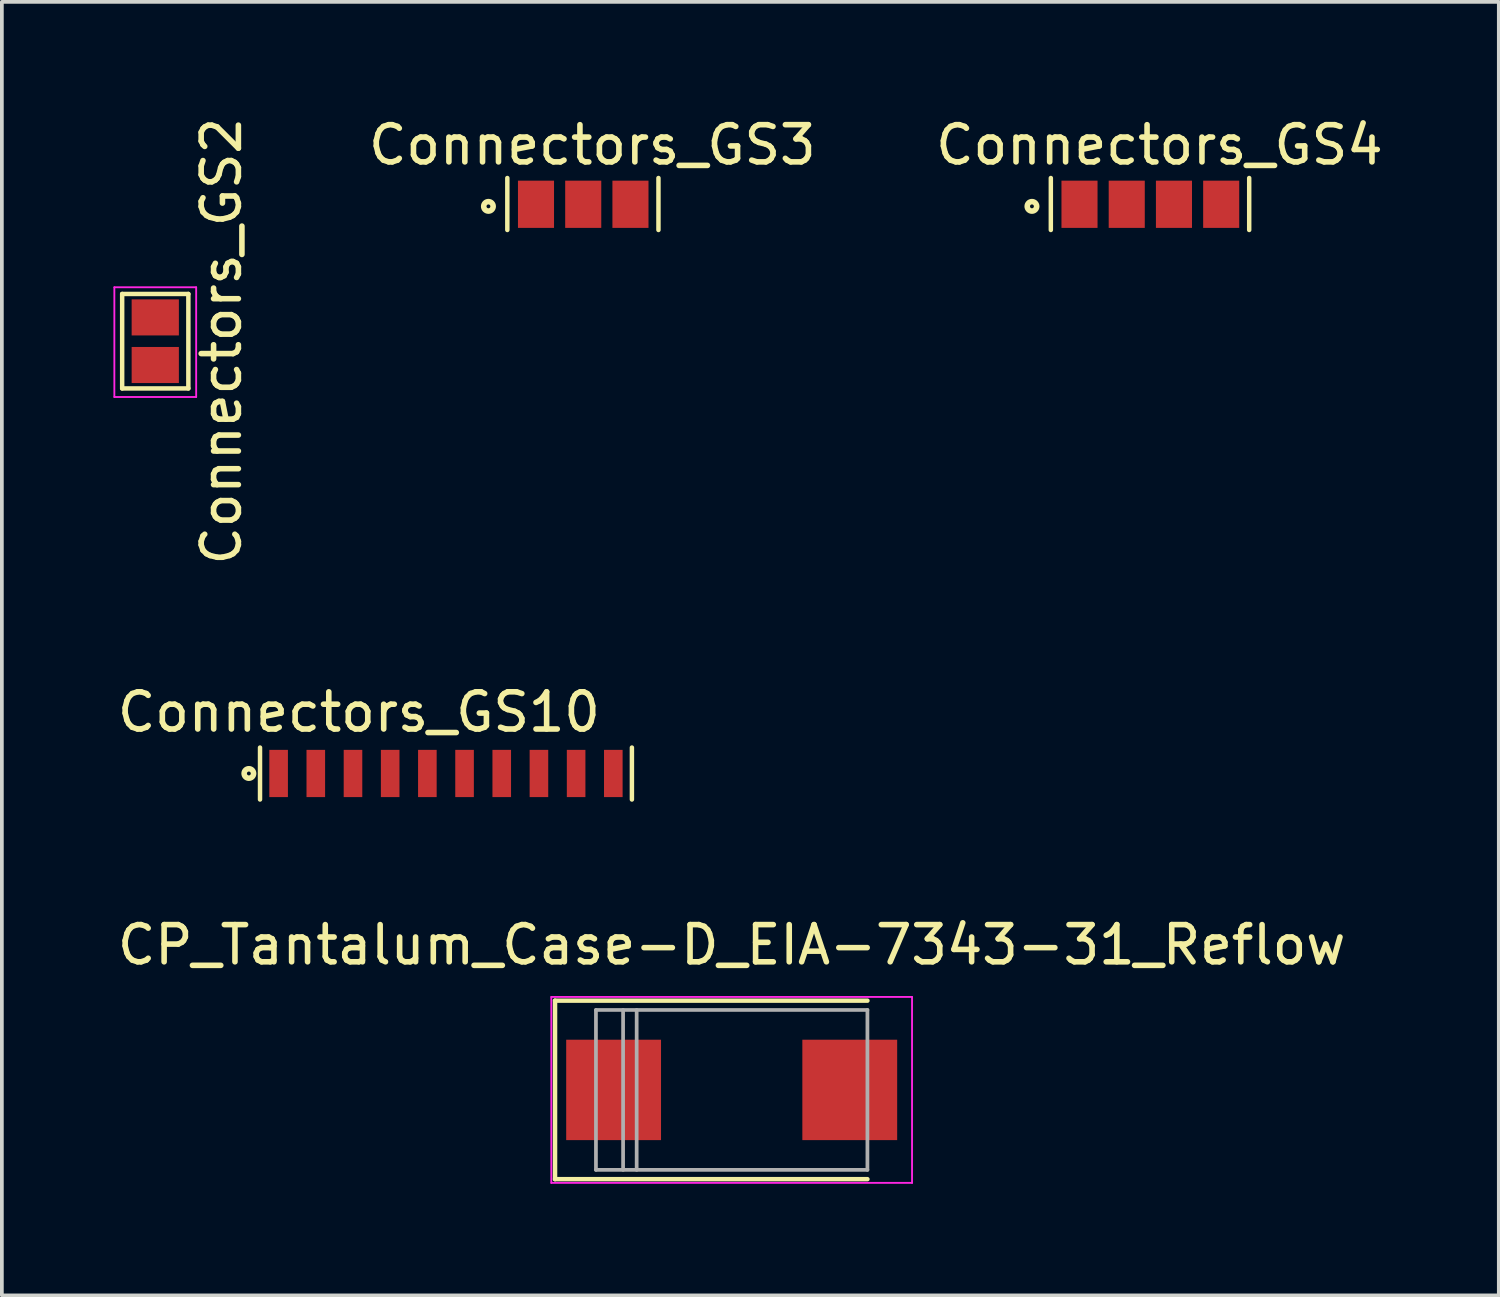
<source format=kicad_pcb>
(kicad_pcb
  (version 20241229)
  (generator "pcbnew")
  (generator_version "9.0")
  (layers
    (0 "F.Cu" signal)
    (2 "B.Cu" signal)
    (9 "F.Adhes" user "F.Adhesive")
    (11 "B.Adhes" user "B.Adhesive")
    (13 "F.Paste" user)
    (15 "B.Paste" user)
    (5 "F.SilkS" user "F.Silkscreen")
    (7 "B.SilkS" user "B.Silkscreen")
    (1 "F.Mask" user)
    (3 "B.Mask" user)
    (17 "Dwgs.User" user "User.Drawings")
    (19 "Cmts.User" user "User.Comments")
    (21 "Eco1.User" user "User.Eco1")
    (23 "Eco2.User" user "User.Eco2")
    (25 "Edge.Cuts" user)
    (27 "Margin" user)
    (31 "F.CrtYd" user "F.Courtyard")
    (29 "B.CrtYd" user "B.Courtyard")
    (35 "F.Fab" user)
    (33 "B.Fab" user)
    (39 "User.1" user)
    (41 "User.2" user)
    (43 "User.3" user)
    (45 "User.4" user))
  (footprint "Connectors_GS10"
    (layer "F.Cu")
    (at 4.442 17.749)
    (property "Reference" "Connectors_GS10" (at 2.159 -1.651 180) (layer "F.SilkS") (effects (font (size 1 1) (thickness 0.15))))
    (attr smd)
    (fp_line (start -0.5 0.7) (end -0.5 -0.697) (stroke (width 0.12) (type solid)) (layer "F.SilkS"))
    (fp_line (start 9.5 0.7) (end 9.5 -0.697) (stroke (width 0.12) (type solid)) (layer "F.SilkS"))
    (fp_circle (center -0.8 0) (end -0.673 0) (stroke (width 0.15) (type solid)) (fill no) (layer "F.SilkS"))
    (pad "1" smd rect (at 0 0 90) (size 1.27 0.5) (layers "F.Cu" "F.Mask" "F.Paste"))
    (pad "2" smd rect (at 1 0 90) (size 1.27 0.5) (layers "F.Cu" "F.Mask" "F.Paste"))
    (pad "3" smd rect (at 2 0 90) (size 1.27 0.5) (layers "F.Cu" "F.Mask" "F.Paste"))
    (pad "4" smd rect (at 3 0 90) (size 1.27 0.5) (layers "F.Cu" "F.Mask" "F.Paste"))
    (pad "5" smd rect (at 4 0 90) (size 1.27 0.5) (layers "F.Cu" "F.Mask" "F.Paste"))
    (pad "6" smd rect (at 5 0 90) (size 1.27 0.5) (layers "F.Cu" "F.Mask" "F.Paste"))
    (pad "7" smd rect (at 6 0 90) (size 1.27 0.5) (layers "F.Cu" "F.Mask" "F.Paste"))
    (pad "8" smd rect (at 7 0 90) (size 1.27 0.5) (layers "F.Cu" "F.Mask" "F.Paste"))
    (pad "9" smd rect (at 8 0 90) (size 1.27 0.5) (layers "F.Cu" "F.Mask" "F.Paste"))
    (pad "10" smd rect (at 9 0 90) (size 1.27 0.5) (layers "F.Cu" "F.Mask" "F.Paste")))
  (footprint "CP_Tantalum_Case-D_EIA-7343-31_Reflow"
    (layer "F.Cu")
    (at 16.625 26.258)
    (property "Reference" "CP_Tantalum_Case-D_EIA-7343-31_Reflow" (at 0 -3.9 0) (layer "F.SilkS") (effects (font (size 1 1) (thickness 0.15))))
    (attr smd)
    (fp_line (start -4.75 -2.4) (end -4.75 2.4) (stroke (width 0.12) (type solid)) (layer "F.SilkS"))
    (fp_line (start -4.75 -2.4) (end 3.65 -2.4) (stroke (width 0.12) (type solid)) (layer "F.SilkS"))
    (fp_line (start -4.75 2.4) (end 3.65 2.4) (stroke (width 0.12) (type solid)) (layer "F.SilkS"))
    (fp_line (start -4.85 -2.5) (end -4.85 2.5) (stroke (width 0.05) (type solid)) (layer "F.CrtYd"))
    (fp_line (start -4.85 2.5) (end 4.85 2.5) (stroke (width 0.05) (type solid)) (layer "F.CrtYd"))
    (fp_line (start 4.85 -2.5) (end -4.85 -2.5) (stroke (width 0.05) (type solid)) (layer "F.CrtYd"))
    (fp_line (start 4.85 2.5) (end 4.85 -2.5) (stroke (width 0.05) (type solid)) (layer "F.CrtYd"))
    (fp_line (start -3.65 -2.15) (end -3.65 2.15) (stroke (width 0.1) (type solid)) (layer "F.Fab"))
    (fp_line (start -3.65 2.15) (end 3.65 2.15) (stroke (width 0.1) (type solid)) (layer "F.Fab"))
    (fp_line (start -2.92 -2.15) (end -2.92 2.15) (stroke (width 0.1) (type solid)) (layer "F.Fab"))
    (fp_line (start -2.555 -2.15) (end -2.555 2.15) (stroke (width 0.1) (type solid)) (layer "F.Fab"))
    (fp_line (start 3.65 -2.15) (end -3.65 -2.15) (stroke (width 0.1) (type solid)) (layer "F.Fab"))
    (fp_line (start 3.65 2.15) (end 3.65 -2.15) (stroke (width 0.1) (type solid)) (layer "F.Fab"))
    (pad "1" smd rect (at -3.175 0) (size 2.55 2.7) (layers "F.Cu" "F.Mask" "F.Paste"))
    (pad "2" smd rect (at 3.175 0) (size 2.55 2.7) (layers "F.Cu" "F.Mask" "F.Paste")))
  (footprint "Connectors_GS2"
    (layer "F.Cu")
    (at 1.125 6.125)
    (property "Reference" "Connectors_GS2" (at 1.78 0 90) (layer "F.SilkS") (effects (font (size 1 1) (thickness 0.15))))
    (attr smd)
    (fp_line (start -0.89 -1.27) (end -0.89 1.27) (stroke (width 0.12) (type solid)) (layer "F.SilkS"))
    (fp_line (start -0.89 -1.27) (end 0.89 -1.27) (stroke (width 0.12) (type solid)) (layer "F.SilkS"))
    (fp_line (start 0.89 1.27) (end -0.89 1.27) (stroke (width 0.12) (type solid)) (layer "F.SilkS"))
    (fp_line (start 0.89 1.27) (end 0.89 -1.27) (stroke (width 0.12) (type solid)) (layer "F.SilkS"))
    (fp_line (start -1.1 -1.45) (end 1.1 -1.45) (stroke (width 0.05) (type solid)) (layer "F.CrtYd"))
    (fp_line (start -1.1 1.5) (end -1.1 -1.45) (stroke (width 0.05) (type solid)) (layer "F.CrtYd"))
    (fp_line (start 1.1 -1.45) (end 1.1 1.5) (stroke (width 0.05) (type solid)) (layer "F.CrtYd"))
    (fp_line (start 1.1 1.5) (end -1.1 1.5) (stroke (width 0.05) (type solid)) (layer "F.CrtYd"))
    (pad "1" smd rect (at 0 -0.64) (size 1.27 0.97) (layers "F.Cu" "F.Mask" "F.Paste"))
    (pad "2" smd rect (at 0 0.64) (size 1.27 0.97) (layers "F.Cu" "F.Mask" "F.Paste")))
  (footprint "Connectors_GS3"
    (layer "F.Cu")
    (at 11.354 2.499)
    (property "Reference" "Connectors_GS3" (at 1.524 -1.651 180) (layer "F.SilkS") (effects (font (size 1 1) (thickness 0.15))))
    (attr smd)
    (fp_line (start -0.762 0.635) (end -0.762 -0.762) (stroke (width 0.12) (type solid)) (layer "F.SilkS"))
    (fp_line (start 3.302 0.635) (end 3.302 -0.762) (stroke (width 0.12) (type solid)) (layer "F.SilkS"))
    (fp_circle (center -1.27 0) (end -1.143 0) (stroke (width 0.15) (type solid)) (fill no) (layer "F.SilkS"))
    (pad "1" smd rect (at 0.009 -0.056 90) (size 1.27 0.97) (layers "F.Cu" "F.Mask" "F.Paste"))
    (pad "2" smd rect (at 1.279 -0.056 90) (size 1.27 0.97) (layers "F.Cu" "F.Mask" "F.Paste"))
    (pad "3" smd rect (at 2.549 -0.056 90) (size 1.27 0.97) (layers "F.Cu" "F.Mask" "F.Paste")))
  (footprint "Connectors_GS4"
    (layer "F.Cu")
    (at 25.969 2.499)
    (property "Reference" "Connectors_GS4" (at 2.159 -1.651 180) (layer "F.SilkS") (effects (font (size 1 1) (thickness 0.15))))
    (attr smd)
    (fp_line (start -0.762 0.635) (end -0.762 -0.762) (stroke (width 0.12) (type solid)) (layer "F.SilkS"))
    (fp_line (start 4.572 0.635) (end 4.572 -0.762) (stroke (width 0.12) (type solid)) (layer "F.SilkS"))
    (fp_circle (center -1.27 0) (end -1.143 0) (stroke (width 0.15) (type solid)) (fill no) (layer "F.SilkS"))
    (pad "1" smd rect (at 0.009 -0.056 90) (size 1.27 0.97) (layers "F.Cu" "F.Mask" "F.Paste"))
    (pad "2" smd rect (at 1.279 -0.056 90) (size 1.27 0.97) (layers "F.Cu" "F.Mask" "F.Paste"))
    (pad "3" smd rect (at 2.549 -0.056 90) (size 1.27 0.97) (layers "F.Cu" "F.Mask" "F.Paste"))
    (pad "4" smd rect (at 3.819 -0.056 90) (size 1.27 0.97) (layers "F.Cu" "F.Mask" "F.Paste")))
  (gr_rect
    (start -3 -3)
    (end 37.253 31.783)
    (stroke (width 0.1) (type default))
    (fill no)
    (layer "Edge.Cuts")))
</source>
